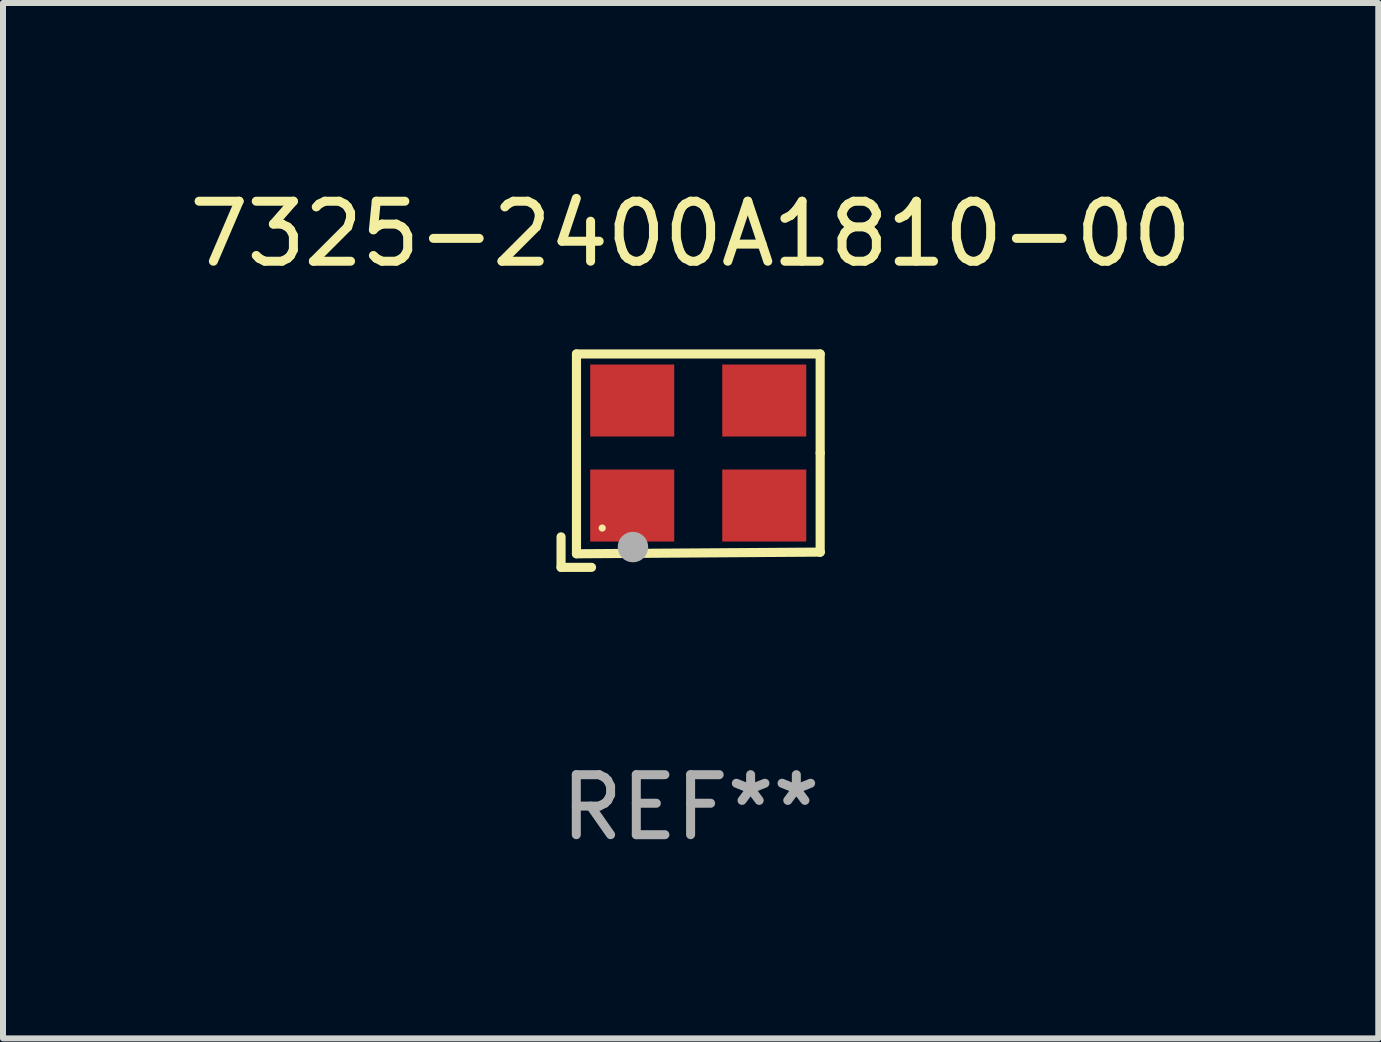
<source format=kicad_pcb>
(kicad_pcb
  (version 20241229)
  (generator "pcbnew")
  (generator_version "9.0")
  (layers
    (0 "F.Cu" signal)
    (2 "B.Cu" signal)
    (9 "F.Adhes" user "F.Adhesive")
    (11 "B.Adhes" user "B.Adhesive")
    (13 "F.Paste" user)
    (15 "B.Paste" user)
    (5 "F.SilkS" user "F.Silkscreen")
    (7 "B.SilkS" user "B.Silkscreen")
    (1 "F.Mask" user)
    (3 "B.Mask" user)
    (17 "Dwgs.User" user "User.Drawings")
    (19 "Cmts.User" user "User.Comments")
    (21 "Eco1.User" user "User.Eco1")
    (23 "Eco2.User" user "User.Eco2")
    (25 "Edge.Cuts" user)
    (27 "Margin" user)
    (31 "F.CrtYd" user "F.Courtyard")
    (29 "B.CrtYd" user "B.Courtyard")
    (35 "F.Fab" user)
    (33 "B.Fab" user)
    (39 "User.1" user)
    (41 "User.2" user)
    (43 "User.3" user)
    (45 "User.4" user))
  (footprint "7325-2400A1810-00"
    (layer "F.Cu")
    (at 8.458 4.626)
    (property "Reference" "7325-2400A1810-00" (at 0 -3.778 0) (layer "F.SilkS") (effects (font (size 1 1) (thickness 0.15))))
    (attr through_hole)
    (fp_line (start -2.159 1.27) (end -2.159 1.778) (stroke (width 0.152) (type solid)) (layer "F.SilkS"))
    (fp_line (start -2.159 1.778) (end -1.651 1.778) (stroke (width 0.152) (type solid)) (layer "F.SilkS"))
    (fp_line (start -1.902 -1.778) (end 2.159 -1.778) (stroke (width 0.152) (type solid)) (layer "F.SilkS"))
    (fp_line (start -1.902 1.552) (end -1.902 -1.778) (stroke (width 0.152) (type solid)) (layer "F.SilkS"))
    (fp_line (start 2.159 -1.778) (end 2.159 -0.127) (stroke (width 0.152) (type solid)) (layer "F.SilkS"))
    (fp_line (start 2.159 -0.127) (end 2.159 1.524) (stroke (width 0.152) (type solid)) (layer "F.SilkS"))
    (fp_line (start 2.159 1.524) (end -1.902 1.552) (stroke (width 0.152) (type solid)) (layer "F.SilkS"))
    (fp_line (start 2.159 1.524) (end 2.159 1.524) (stroke (width 0.152) (type solid)) (layer "F.SilkS"))
    (fp_circle (center -1.473 1.123) (end -1.443 1.123) (stroke (width 0.06) (type solid)) (fill no) (layer "F.SilkS"))
    (fp_circle (center -0.961 1.44) (end -0.834 1.44) (stroke (width 0.254) (type solid)) (fill no) (layer "F.Fab"))
    (fp_text user "REF**" (at 0 5.778 0) (layer "F.Fab") (effects (font (size 1 1) (thickness 0.15))))
    (pad "1" smd rect (at -0.973 0.748) (size 1.4 1.2) (layers "F.Cu" "F.Mask" "F.Paste"))
    (pad "2" smd rect (at 1.227 0.748) (size 1.4 1.2) (layers "F.Cu" "F.Mask" "F.Paste"))
    (pad "3" smd rect (at 1.227 -1.002) (size 1.4 1.2) (layers "F.Cu" "F.Mask" "F.Paste"))
    (pad "4" smd rect (at -0.973 -1.002) (size 1.4 1.2) (layers "F.Cu" "F.Mask" "F.Paste")))
  (gr_rect
    (start -3 -3)
    (end 19.917 14.253)
    (stroke (width 0.1) (type default))
    (fill no)
    (layer "Edge.Cuts")))
</source>
